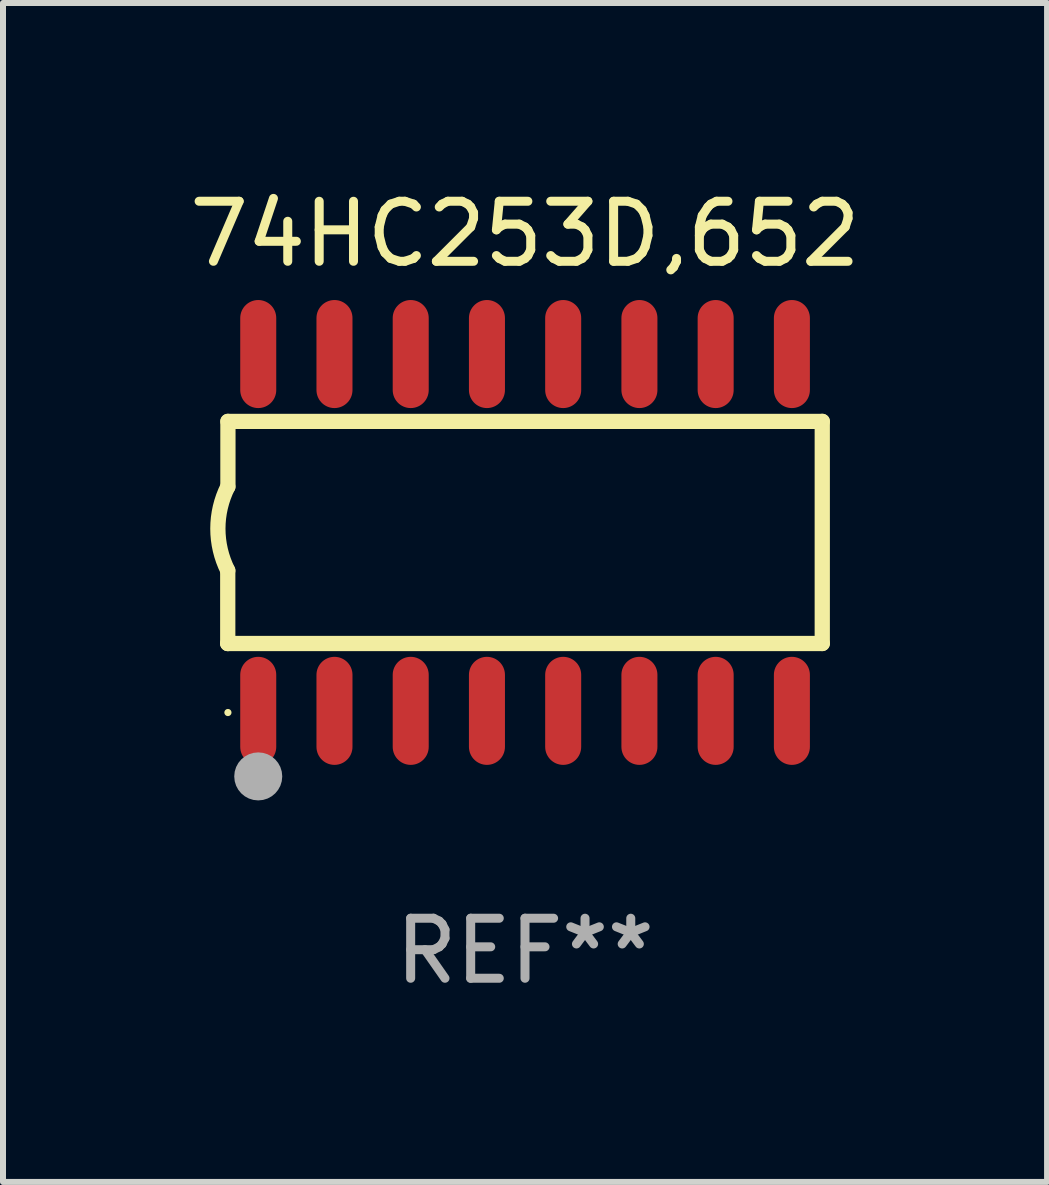
<source format=kicad_pcb>
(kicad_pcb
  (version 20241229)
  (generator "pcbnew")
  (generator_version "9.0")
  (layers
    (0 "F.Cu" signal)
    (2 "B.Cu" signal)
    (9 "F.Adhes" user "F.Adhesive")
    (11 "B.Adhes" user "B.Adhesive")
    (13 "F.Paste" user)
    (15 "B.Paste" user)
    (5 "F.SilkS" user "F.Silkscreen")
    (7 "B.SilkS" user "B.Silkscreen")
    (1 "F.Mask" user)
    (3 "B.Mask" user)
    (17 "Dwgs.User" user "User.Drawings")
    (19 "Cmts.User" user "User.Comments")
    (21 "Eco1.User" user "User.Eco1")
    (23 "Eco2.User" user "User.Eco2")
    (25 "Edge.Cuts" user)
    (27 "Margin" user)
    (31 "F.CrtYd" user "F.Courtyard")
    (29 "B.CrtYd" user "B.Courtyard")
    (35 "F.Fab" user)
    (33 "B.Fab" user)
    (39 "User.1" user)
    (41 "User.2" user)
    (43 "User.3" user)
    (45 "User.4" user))
  (footprint "74HC253D,652"
    (layer "F.Cu")
    (at 5.696 5.82)
    (property "Reference" "74HC253D,652" (at 0 -4.972 0) (layer "F.SilkS") (effects (font (size 1 1) (thickness 0.15))))
    (attr through_hole)
    (fp_line (start -4.952 0.635) (end -4.952 1.85) (stroke (width 0.254) (type solid)) (layer "F.SilkS"))
    (fp_line (start -4.952 1.85) (end -4.949 1.85) (stroke (width 0.254) (type solid)) (layer "F.SilkS"))
    (fp_line (start -4.949 -1.85) (end -4.949 -0.762) (stroke (width 0.254) (type solid)) (layer "F.SilkS"))
    (fp_line (start -4.949 1.85) (end 4.952 1.85) (stroke (width 0.254) (type solid)) (layer "F.SilkS"))
    (fp_line (start 4.952 -1.85) (end -4.949 -1.85) (stroke (width 0.254) (type solid)) (layer "F.SilkS"))
    (fp_line (start 4.952 1.85) (end 4.952 -1.85) (stroke (width 0.254) (type solid)) (layer "F.SilkS"))
    (fp_arc (start -4.951524 0.635001) (mid -5.116418 -0.0635) (end -4.951524 -0.762002) (stroke (width 0.254001) (type solid)) (layer "F.SilkS"))
    (fp_circle (center -4.949 3) (end -4.919 3) (stroke (width 0.06) (type solid)) (fill no) (layer "F.SilkS"))
    (fp_circle (center -4.444 4.064) (end -4.244 4.064) (stroke (width 0.4) (type solid)) (fill no) (layer "F.Fab"))
    (fp_text user "REF**" (at 0 6.972 0) (layer "F.Fab") (effects (font (size 1 1) (thickness 0.15))))
    (pad "1" smd oval (at -4.444 2.972 180) (size 0.6 1.8) (layers "F.Cu" "F.Mask" "F.Paste"))
    (pad "2" smd oval (at -3.174 2.972 180) (size 0.6 1.8) (layers "F.Cu" "F.Mask" "F.Paste"))
    (pad "3" smd oval (at -1.904 2.972 180) (size 0.6 1.8) (layers "F.Cu" "F.Mask" "F.Paste"))
    (pad "4" smd oval (at -0.634 2.972 180) (size 0.6 1.8) (layers "F.Cu" "F.Mask" "F.Paste"))
    (pad "5" smd oval (at 0.636 2.972 180) (size 0.6 1.8) (layers "F.Cu" "F.Mask" "F.Paste"))
    (pad "6" smd oval (at 1.906 2.972 180) (size 0.6 1.8) (layers "F.Cu" "F.Mask" "F.Paste"))
    (pad "7" smd oval (at 3.176 2.972 180) (size 0.6 1.8) (layers "F.Cu" "F.Mask" "F.Paste"))
    (pad "8" smd oval (at 4.446 2.972 180) (size 0.6 1.8) (layers "F.Cu" "F.Mask" "F.Paste"))
    (pad "9" smd oval (at 4.446 -2.972 180) (size 0.6 1.8) (layers "F.Cu" "F.Mask" "F.Paste"))
    (pad "10" smd oval (at 3.176 -2.972 180) (size 0.6 1.8) (layers "F.Cu" "F.Mask" "F.Paste"))
    (pad "11" smd oval (at 1.906 -2.972 180) (size 0.6 1.8) (layers "F.Cu" "F.Mask" "F.Paste"))
    (pad "12" smd oval (at 0.636 -2.972 180) (size 0.6 1.8) (layers "F.Cu" "F.Mask" "F.Paste"))
    (pad "13" smd oval (at -0.634 -2.972 180) (size 0.6 1.8) (layers "F.Cu" "F.Mask" "F.Paste"))
    (pad "14" smd oval (at -1.904 -2.972 180) (size 0.6 1.8) (layers "F.Cu" "F.Mask" "F.Paste"))
    (pad "15" smd oval (at -3.174 -2.972 180) (size 0.6 1.8) (layers "F.Cu" "F.Mask" "F.Paste"))
    (pad "16" smd oval (at -4.444 -2.972 180) (size 0.6 1.8) (layers "F.Cu" "F.Mask" "F.Paste")))
  (gr_rect
    (start -3 -3)
    (end 14.393 16.64)
    (stroke (width 0.1) (type default))
    (fill no)
    (layer "Edge.Cuts")))
</source>
